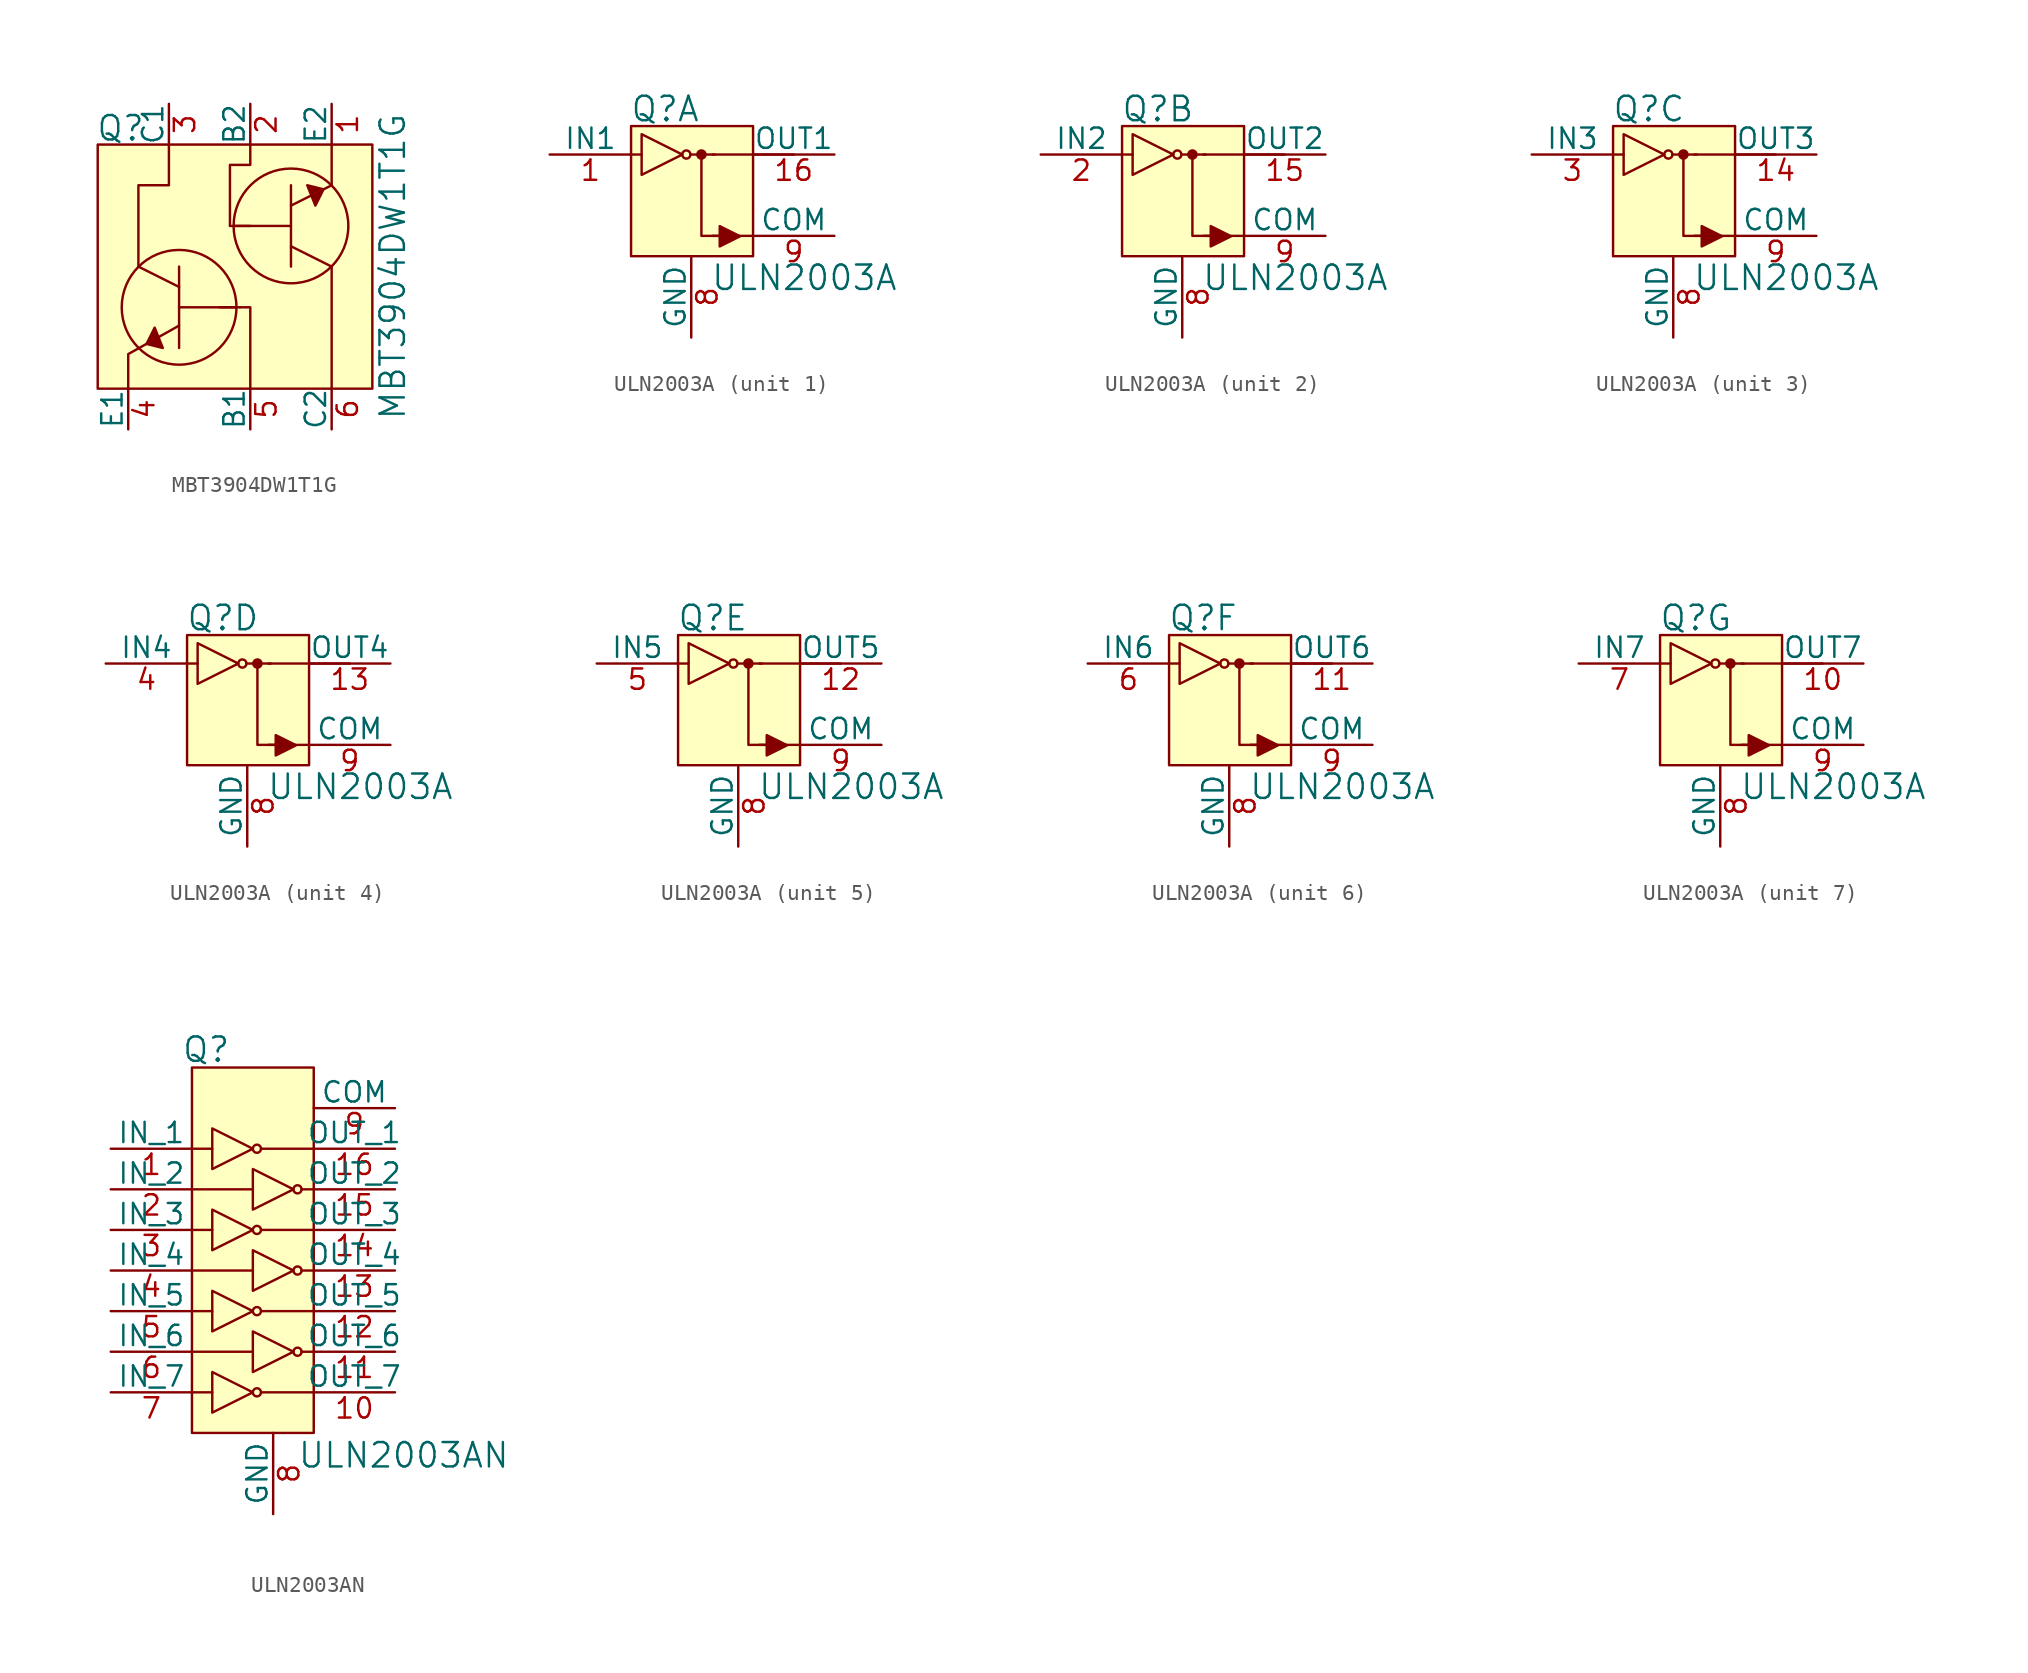
<source format=kicad_sym>
(kicad_symbol_lib
  (version 20201005)
  (generator kicad_symbol_editor)
  (symbol "MBT3904DW1T1G"
    (pin_names
      (offset 0))
    (property "Reference" "Q"
      (at -9.652 8.636 0)
      (effects (font (size 1.524 1.524)) (justify left)))
    (property "Value" "MBT3904DW1T1G"
      (at 8.89 0 90)
      (effects (font (size 1.524 1.524))))
    (symbol "MBT3904DW1T1G_0_1"
      (circle (center -4.445 -2.54) (radius 3.581) (stroke (width 0)) (fill (type none)))
      (circle (center 2.54 2.54) (radius 3.581) (stroke (width 0)) (fill (type none)))
      (rectangle (start -9.525 7.62) (end 7.62 -7.62) (stroke (width 0)) (fill (type background)))
      (polyline (pts (xy -4.445 -1.27) (xy -6.985 0)) (stroke (width 0)) (fill (type none)))
      (polyline (pts (xy -4.445 0) (xy -4.445 -5.08)) (stroke (width 0)) (fill (type none)))
      (polyline (pts (xy -1.27 2.54) (xy 0 2.54)) (stroke (width 0)) (fill (type none)))
      (polyline (pts (xy -1.016 2.54) (xy 2.54 2.54)) (stroke (width 0)) (fill (type none)))
      (polyline (pts (xy -0.889 -2.54) (xy -4.445 -2.54)) (stroke (width 0)) (fill (type none)))
      (polyline (pts (xy -0.635 -2.54) (xy -1.905 -2.54)) (stroke (width 0)) (fill (type none)))
      (polyline (pts (xy 2.54 0) (xy 2.54 5.08)) (stroke (width 0)) (fill (type none)))
      (polyline (pts (xy 2.54 1.27) (xy 5.08 0)) (stroke (width 0)) (fill (type none)))
      (polyline (pts (xy 2.54 3.81) (xy 5.08 5.08)) (stroke (width 0)) (fill (type none)))
      (polyline (pts (xy 5.08 5.08) (xy 5.08 7.62)) (stroke (width 0)) (fill (type none)))
      (polyline (pts (xy -4.445 -3.683) (xy -7.62 -5.461) (xy -7.62 -7.62)) (stroke (width 0)) (fill (type none)))
      (polyline (pts (xy -0.635 -2.54) (xy 0 -2.54) (xy 0 -7.62)) (stroke (width 0)) (fill (type none)))
      (polyline (pts (xy 5.08 0) (xy 5.08 -6.985) (xy 5.08 -7.62)) (stroke (width 0)) (fill (type none)))
      (polyline (pts (xy -6.985 0) (xy -6.985 5.08) (xy -5.08 5.08) (xy -5.08 7.62)) (stroke (width 0)) (fill (type none)))
      (polyline (pts (xy -5.969 -3.81) (xy -6.477 -4.826) (xy -5.461 -5.08) (xy -5.969 -3.81)) (stroke (width 0)) (fill (type outline)))
      (polyline (pts (xy -1.27 2.54) (xy -1.27 6.35) (xy 0 6.35) (xy 0 7.62)) (stroke (width 0)) (fill (type none)))
      (polyline (pts (xy 4.064 3.81) (xy 4.572 4.826) (xy 3.556 5.08) (xy 4.064 3.81)) (stroke (width 0)) (fill (type outline))))
    (symbol "MBT3904DW1T1G_1_1"
      (pin passive line (at 5.08 10.16 270) (length 2.54) (name "E2" (effects (font (size 1.27 1.27)))) (number "1" (effects (font (size 1.27 1.27)))))
      (pin input line (at 0 10.16 270) (length 2.54) (name "B2" (effects (font (size 1.27 1.27)))) (number "2" (effects (font (size 1.27 1.27)))))
      (pin passive line (at -5.08 10.16 270) (length 2.54) (name "C1" (effects (font (size 1.27 1.27)))) (number "3" (effects (font (size 1.27 1.27)))))
      (pin passive line (at -7.62 -10.16 90) (length 2.54) (name "E1" (effects (font (size 1.27 1.27)))) (number "4" (effects (font (size 1.27 1.27)))))
      (pin input line (at 0 -10.16 90) (length 2.54) (name "B1" (effects (font (size 1.27 1.27)))) (number "5" (effects (font (size 1.27 1.27)))))
      (pin passive line (at 5.08 -10.16 90) (length 2.54) (name "C2" (effects (font (size 1.27 1.27)))) (number "6" (effects (font (size 1.27 1.27)))))))
  (symbol "ULN2003A"
    (pin_names
      (offset 0))
    (property "Reference" "Q"
      (at -3.835 5.41 0)
      (effects (font (size 1.524 1.524)) (justify left)))
    (property "Value" "ULN2003A"
      (at 1.194 -5.131 0)
      (effects (font (size 1.524 1.524)) (justify left)))
    (property "ki_locked" ""
      (at 0 0 0)
      (effects (font (size 1.27 1.27))))
    (symbol "ULN2003A_0_1"
      (circle (center -0.305 2.565) (radius 0.254) (stroke (width 0)) (fill (type none)))
      (circle (center 0.635 2.565) (radius 0.254) (stroke (width 0)) (fill (type outline)))
      (rectangle (start -3.759 4.343) (end 3.861 -3.785) (stroke (width 0)) (fill (type background)))
      (polyline (pts (xy -3.785 2.565) (xy -3.099 2.565)) (stroke (width 0)) (fill (type none)))
      (polyline (pts (xy -0.051 2.565) (xy 1.473 2.565)) (stroke (width 0)) (fill (type none)))
      (polyline (pts (xy 1.321 2.565) (xy 6.401 2.565)) (stroke (width 0)) (fill (type none)))
      (polyline (pts (xy 3.861 -2.515) (xy 1.321 -2.515)) (stroke (width 0)) (fill (type none)))
      (polyline (pts (xy 2.159 -2.515) (xy 0.635 -2.515) (xy 0.635 2.565)) (stroke (width 0)) (fill (type none)))
      (polyline (pts (xy -3.099 3.835) (xy -3.099 1.295) (xy -0.559 2.565) (xy -3.099 3.835)) (stroke (width 0)) (fill (type none)))
      (polyline (pts (xy 1.778 -1.905) (xy 1.778 -3.175) (xy 3.048 -2.54) (xy 1.778 -1.905)) (stroke (width 0)) (fill (type outline)))
      (pin power_in line (at 0 -8.865 90) (length 5.08) (name "GND" (effects (font (size 1.27 1.27)))) (number "8" (effects (font (size 1.27 1.27)))))
      (pin output line (at 8.941 -2.515 180) (length 5.08) (name "COM" (effects (font (size 1.27 1.27)))) (number "9" (effects (font (size 1.27 1.27))))))
    (symbol "ULN2003A_1_1"
      (pin input line (at -8.839 2.565 0) (length 5.08) (name "IN1" (effects (font (size 1.27 1.27)))) (number "1" (effects (font (size 1.27 1.27)))))
      (pin output line (at 8.941 2.565 180) (length 5.08) (name "OUT1" (effects (font (size 1.27 1.27)))) (number "16" (effects (font (size 1.27 1.27))))))
    (symbol "ULN2003A_2_1"
      (pin input line (at -8.839 2.565 0) (length 5.08) (name "IN2" (effects (font (size 1.27 1.27)))) (number "2" (effects (font (size 1.27 1.27)))))
      (pin output line (at 8.941 2.565 180) (length 5.08) (name "OUT2" (effects (font (size 1.27 1.27)))) (number "15" (effects (font (size 1.27 1.27))))))
    (symbol "ULN2003A_3_1"
      (pin input line (at -8.839 2.565 0) (length 5.08) (name "IN3" (effects (font (size 1.27 1.27)))) (number "3" (effects (font (size 1.27 1.27)))))
      (pin output line (at 8.941 2.565 180) (length 5.08) (name "OUT3" (effects (font (size 1.27 1.27)))) (number "14" (effects (font (size 1.27 1.27))))))
    (symbol "ULN2003A_4_1"
      (pin input line (at -8.839 2.565 0) (length 5.08) (name "IN4" (effects (font (size 1.27 1.27)))) (number "4" (effects (font (size 1.27 1.27)))))
      (pin output line (at 8.941 2.565 180) (length 5.08) (name "OUT4" (effects (font (size 1.27 1.27)))) (number "13" (effects (font (size 1.27 1.27))))))
    (symbol "ULN2003A_5_1"
      (pin input line (at -8.839 2.565 0) (length 5.08) (name "IN5" (effects (font (size 1.27 1.27)))) (number "5" (effects (font (size 1.27 1.27)))))
      (pin output line (at 8.941 2.565 180) (length 5.08) (name "OUT5" (effects (font (size 1.27 1.27)))) (number "12" (effects (font (size 1.27 1.27))))))
    (symbol "ULN2003A_6_1"
      (pin input line (at -8.839 2.565 0) (length 5.08) (name "IN6" (effects (font (size 1.27 1.27)))) (number "6" (effects (font (size 1.27 1.27)))))
      (pin output line (at 8.941 2.565 180) (length 5.08) (name "OUT6" (effects (font (size 1.27 1.27)))) (number "11" (effects (font (size 1.27 1.27))))))
    (symbol "ULN2003A_7_1"
      (pin input line (at -8.839 2.565 0) (length 5.08) (name "IN7" (effects (font (size 1.27 1.27)))) (number "7" (effects (font (size 1.27 1.27)))))
      (pin output line (at 8.941 2.565 180) (length 5.08) (name "OUT7" (effects (font (size 1.27 1.27)))) (number "10" (effects (font (size 1.27 1.27)))))))
  (symbol "ULN2003AN"
    (pin_names
      (offset 0))
    (property "Reference" "Q"
      (at -4.191 13.818 0)
      (effects (font (size 1.524 1.524))))
    (property "Value" "ULN2003AN"
      (at 1.499 -11.557 0)
      (effects (font (size 1.524 1.524)) (justify left)))
    (symbol "ULN2003AN_0_1"
      (circle (center -1.016 -7.62) (radius 0.254) (stroke (width 0)) (fill (type none)))
      (circle (center -1.016 -2.54) (radius 0.254) (stroke (width 0)) (fill (type none)))
      (circle (center -1.016 2.54) (radius 0.254) (stroke (width 0)) (fill (type none)))
      (circle (center -1.016 7.62) (radius 0.254) (stroke (width 0)) (fill (type none)))
      (circle (center 1.524 -5.08) (radius 0.254) (stroke (width 0)) (fill (type none)))
      (circle (center 1.524 0) (radius 0.254) (stroke (width 0)) (fill (type none)))
      (circle (center 1.524 5.08) (radius 0.254) (stroke (width 0)) (fill (type none)))
      (rectangle (start -5.08 12.7) (end 2.54 -10.16) (stroke (width 0)) (fill (type background)))
      (polyline (pts (xy -5.08 -5.08) (xy -1.27 -5.08)) (stroke (width 0)) (fill (type none)))
      (polyline (pts (xy -5.08 7.62) (xy -3.81 7.62)) (stroke (width 0)) (fill (type none)))
      (polyline (pts (xy -3.81 -7.62) (xy -5.08 -7.62)) (stroke (width 0)) (fill (type none)))
      (polyline (pts (xy -3.81 -2.54) (xy -5.08 -2.54)) (stroke (width 0)) (fill (type none)))
      (polyline (pts (xy -3.81 2.54) (xy -5.08 2.54)) (stroke (width 0)) (fill (type none)))
      (polyline (pts (xy -1.27 0) (xy -5.08 0)) (stroke (width 0)) (fill (type none)))
      (polyline (pts (xy -1.27 5.08) (xy -5.08 5.08)) (stroke (width 0)) (fill (type none)))
      (polyline (pts (xy -0.762 -7.62) (xy 2.54 -7.62)) (stroke (width 0)) (fill (type none)))
      (polyline (pts (xy -0.762 -2.54) (xy 2.54 -2.54)) (stroke (width 0)) (fill (type none)))
      (polyline (pts (xy -0.762 2.54) (xy 2.54 2.54)) (stroke (width 0)) (fill (type none)))
      (polyline (pts (xy -0.762 7.62) (xy 2.54 7.62)) (stroke (width 0)) (fill (type none)))
      (polyline (pts (xy 1.778 -5.08) (xy 2.54 -5.08)) (stroke (width 0)) (fill (type none)))
      (polyline (pts (xy 1.778 0) (xy 2.54 0)) (stroke (width 0)) (fill (type none)))
      (polyline (pts (xy 1.778 5.08) (xy 2.54 5.08)) (stroke (width 0)) (fill (type none)))
      (polyline (pts (xy -3.81 -6.35) (xy -3.81 -8.89) (xy -1.27 -7.62) (xy -3.81 -6.35)) (stroke (width 0)) (fill (type none)))
      (polyline (pts (xy -3.81 -1.27) (xy -3.81 -3.81) (xy -1.27 -2.54) (xy -3.81 -1.27)) (stroke (width 0)) (fill (type none)))
      (polyline (pts (xy -3.81 3.81) (xy -3.81 1.27) (xy -1.27 2.54) (xy -3.81 3.81)) (stroke (width 0)) (fill (type none)))
      (polyline (pts (xy -3.81 8.89) (xy -3.81 6.35) (xy -1.27 7.62) (xy -3.81 8.89)) (stroke (width 0)) (fill (type none)))
      (polyline (pts (xy -1.27 -3.81) (xy -1.27 -6.35) (xy 1.27 -5.08) (xy -1.27 -3.81)) (stroke (width 0)) (fill (type none)))
      (polyline (pts (xy -1.27 1.27) (xy -1.27 -1.27) (xy 1.27 0) (xy -1.27 1.27)) (stroke (width 0)) (fill (type none)))
      (polyline (pts (xy -1.27 6.35) (xy -1.27 3.81) (xy 1.27 5.08) (xy -1.27 6.35)) (stroke (width 0)) (fill (type none))))
    (symbol "ULN2003AN_1_1"
      (pin input line (at -10.16 7.62 0) (length 5.08) (name "IN_1" (effects (font (size 1.27 1.27)))) (number "1" (effects (font (size 1.27 1.27)))))
      (pin input line (at -10.16 5.08 0) (length 5.08) (name "IN_2" (effects (font (size 1.27 1.27)))) (number "2" (effects (font (size 1.27 1.27)))))
      (pin input line (at -10.16 2.54 0) (length 5.08) (name "IN_3" (effects (font (size 1.27 1.27)))) (number "3" (effects (font (size 1.27 1.27)))))
      (pin input line (at -10.16 0 0) (length 5.08) (name "IN_4" (effects (font (size 1.27 1.27)))) (number "4" (effects (font (size 1.27 1.27)))))
      (pin input line (at -10.16 -2.54 0) (length 5.08) (name "IN_5" (effects (font (size 1.27 1.27)))) (number "5" (effects (font (size 1.27 1.27)))))
      (pin input line (at -10.16 -5.08 0) (length 5.08) (name "IN_6" (effects (font (size 1.27 1.27)))) (number "6" (effects (font (size 1.27 1.27)))))
      (pin input line (at -10.16 -7.62 0) (length 5.08) (name "IN_7" (effects (font (size 1.27 1.27)))) (number "7" (effects (font (size 1.27 1.27)))))
      (pin power_in line (at 0 -15.24 90) (length 5.08) (name "GND" (effects (font (size 1.27 1.27)))) (number "8" (effects (font (size 1.27 1.27)))))
      (pin output line (at 7.62 10.16 180) (length 5.08) (name "COM" (effects (font (size 1.27 1.27)))) (number "9" (effects (font (size 1.27 1.27)))))
      (pin output line (at 7.62 -7.62 180) (length 5.08) (name "OUT_7" (effects (font (size 1.27 1.27)))) (number "10" (effects (font (size 1.27 1.27)))))
      (pin output line (at 7.62 -5.08 180) (length 5.08) (name "OUT_6" (effects (font (size 1.27 1.27)))) (number "11" (effects (font (size 1.27 1.27)))))
      (pin output line (at 7.62 -2.54 180) (length 5.08) (name "OUT_5" (effects (font (size 1.27 1.27)))) (number "12" (effects (font (size 1.27 1.27)))))
      (pin output line (at 7.62 0 180) (length 5.08) (name "OUT_4" (effects (font (size 1.27 1.27)))) (number "13" (effects (font (size 1.27 1.27)))))
      (pin output line (at 7.62 2.54 180) (length 5.08) (name "OUT_3" (effects (font (size 1.27 1.27)))) (number "14" (effects (font (size 1.27 1.27)))))
      (pin output line (at 7.62 5.08 180) (length 5.08) (name "OUT_2" (effects (font (size 1.27 1.27)))) (number "15" (effects (font (size 1.27 1.27)))))
      (pin output line (at 7.62 7.62 180) (length 5.08) (name "OUT_1" (effects (font (size 1.27 1.27)))) (number "16" (effects (font (size 1.27 1.27))))))))
</source>
